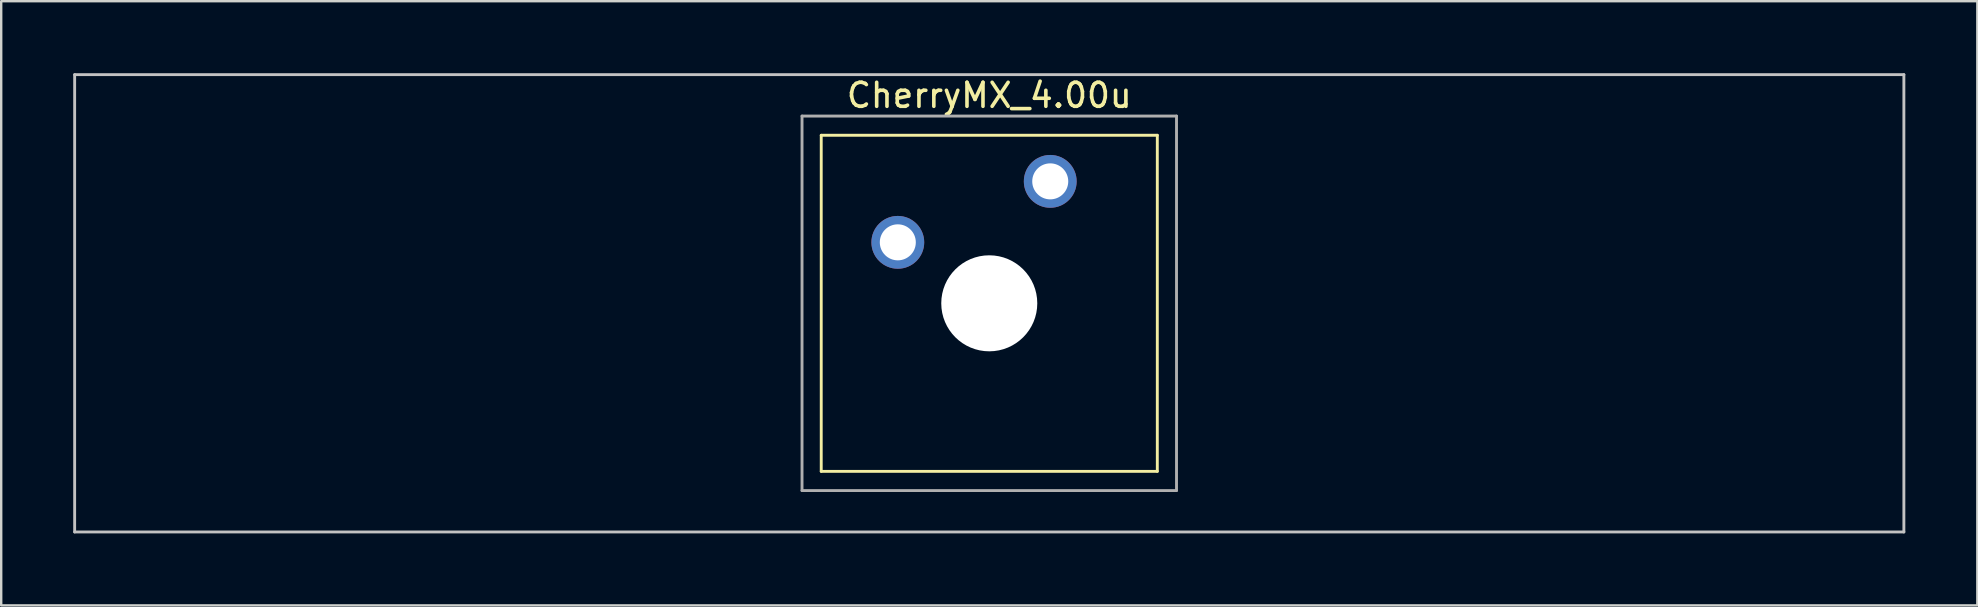
<source format=kicad_pcb>
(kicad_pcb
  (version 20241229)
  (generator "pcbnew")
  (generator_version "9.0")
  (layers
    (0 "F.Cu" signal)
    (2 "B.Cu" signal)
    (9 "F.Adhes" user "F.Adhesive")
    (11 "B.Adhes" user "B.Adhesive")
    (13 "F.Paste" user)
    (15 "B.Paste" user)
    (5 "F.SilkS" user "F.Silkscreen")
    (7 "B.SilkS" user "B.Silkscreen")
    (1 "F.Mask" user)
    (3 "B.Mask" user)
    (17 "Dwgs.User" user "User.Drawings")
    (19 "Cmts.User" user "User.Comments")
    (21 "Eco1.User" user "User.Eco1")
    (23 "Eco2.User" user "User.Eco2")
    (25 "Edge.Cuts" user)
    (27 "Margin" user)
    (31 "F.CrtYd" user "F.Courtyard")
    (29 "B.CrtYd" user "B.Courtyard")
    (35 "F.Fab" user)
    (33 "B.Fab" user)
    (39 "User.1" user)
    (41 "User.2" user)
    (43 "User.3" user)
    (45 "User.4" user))
  (footprint "CherryMX_4.00u"
    (layer "F.Cu")
    (at 38.16 9.585)
    (property "Reference" "CherryMX_4.00u" (at 0 -8.662 0) (layer "F.SilkS") (effects (font (size 1 1) (thickness 0.15))))
    (attr through_hole)
    (fp_line (start -7 -7) (end -7 7) (stroke (width 0.12) (type solid)) (layer "F.SilkS"))
    (fp_line (start -7 -7) (end 7 -7) (stroke (width 0.12) (type solid)) (layer "F.SilkS"))
    (fp_line (start 7 -7) (end 7 7) (stroke (width 0.12) (type solid)) (layer "F.SilkS"))
    (fp_line (start 7 7) (end -7 7) (stroke (width 0.12) (type solid)) (layer "F.SilkS"))
    (fp_line (start -38.1 -9.525) (end 38.1 -9.525) (stroke (width 0.12) (type solid)) (layer "Dwgs.User"))
    (fp_line (start -38.1 9.525) (end -38.1 -9.525) (stroke (width 0.12) (type solid)) (layer "Dwgs.User"))
    (fp_line (start 38.1 -9.525) (end 38.1 9.525) (stroke (width 0.12) (type solid)) (layer "Dwgs.User"))
    (fp_line (start 38.1 9.525) (end -38.1 9.525) (stroke (width 0.12) (type solid)) (layer "Dwgs.User"))
    (fp_line (start -7.8 -7.8) (end -7.8 7.8) (stroke (width 0.12) (type solid)) (layer "F.Fab"))
    (fp_line (start -7.8 -7.8) (end 7.8 -7.8) (stroke (width 0.12) (type solid)) (layer "F.Fab"))
    (fp_line (start -7.8 7.8) (end 7.8 7.8) (stroke (width 0.12) (type solid)) (layer "F.Fab"))
    (fp_line (start 7.8 -7.8) (end 7.8 7.8) (stroke (width 0.12) (type solid)) (layer "F.Fab"))
    (pad "" np_thru_hole circle (at 0 0) (size 4 4) (drill 4) (layers "*.Cu" "*.Mask"))
    (pad "1" thru_hole circle (at -3.81 -2.54) (size 2.2 2.2) (drill 1.5) (layers "*.Cu" "*.Mask"))
    (pad "2" thru_hole circle (at 2.54 -5.08) (size 2.2 2.2) (drill 1.5) (layers "*.Cu" "*.Mask")))
  (gr_rect
    (start -3 -3)
    (end 79.32 22.17)
    (stroke (width 0.1) (type default))
    (fill no)
    (layer "Edge.Cuts")))
</source>
